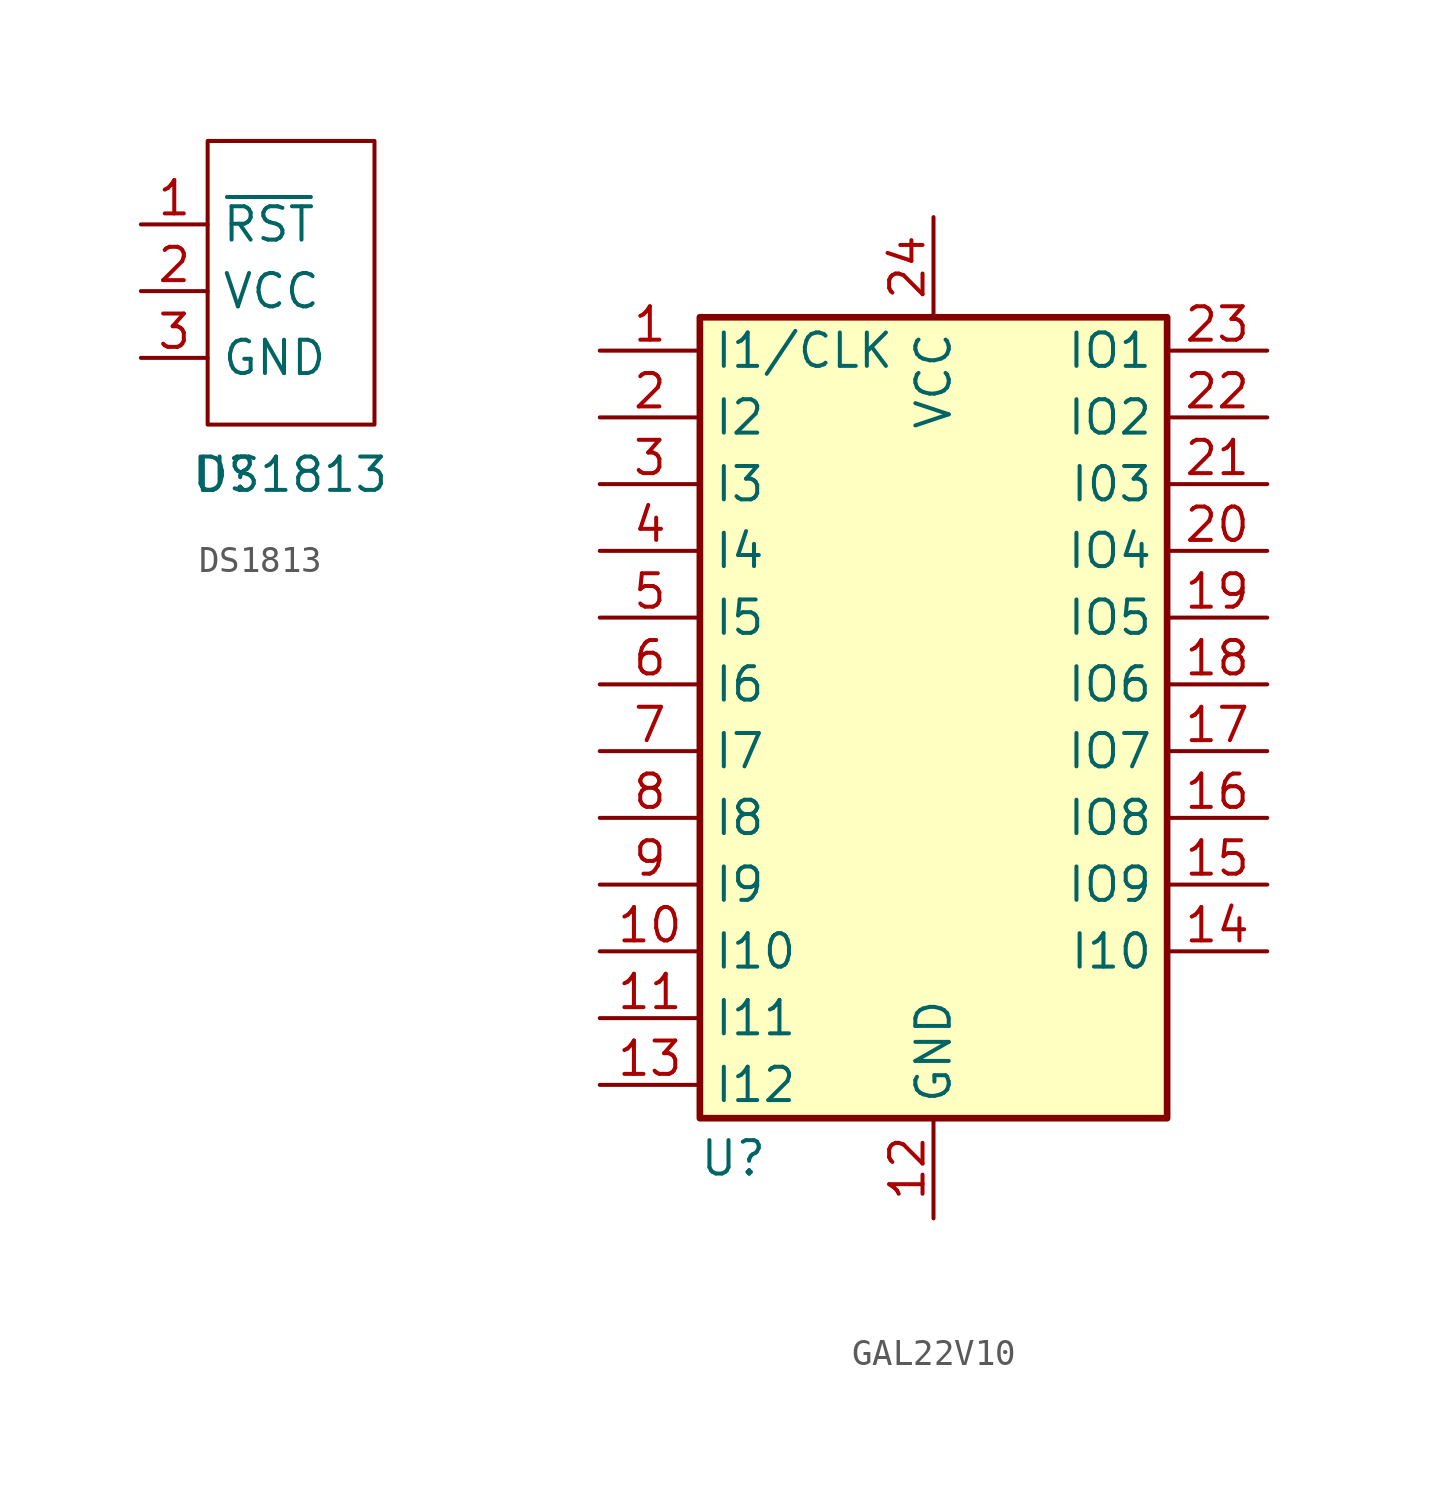
<source format=kicad_sym>
(kicad_symbol_lib
  (version 20231120)
  (generator "kicad_symbol_editor")
  (generator_version "8.0")
  (symbol "DS1813"
    (property "Reference" "U"
      (at 3.175 -9.525 0)
      (effects (font (size 1.27 1.27))))
    (property "Value" "DS1813"
      (at 5.715 -9.525 0)
      (effects (font (size 1.27 1.27))))
    (symbol "DS1813_0_1"
      (polyline (pts (xy 2.54 -7.62) (xy 2.54 3.175) (xy 8.89 3.175) (xy 8.89 -7.62) (xy 2.54 -7.62)) (stroke (width 0) (type default)) (fill (type none))))
    (symbol "DS1813_1_1"
      (pin output line (at 0 0 0) (length 2.54) (name "~{RST}" (effects (font (size 1.27 1.27)))) (number "1" (effects (font (size 1.27 1.27)))))
      (pin power_in line (at 0 -2.54 0) (length 2.54) (name "VCC" (effects (font (size 1.27 1.27)))) (number "2" (effects (font (size 1.27 1.27)))))
      (pin power_in line (at 0 -5.08 0) (length 2.54) (name "GND" (effects (font (size 1.27 1.27)))) (number "3" (effects (font (size 1.27 1.27)))))))
  (symbol "GAL22V10"
    (property "Reference" "U"
      (at 0 -2.794 0)
      (effects (font (size 1.27 1.27))))
    (property "Value" ""
      (at 0 0 0)
      (effects (font (size 1.27 1.27))))
    (symbol "GAL22V10_0_1"
      (rectangle (start -1.27 29.21) (end 16.51 -1.27) (stroke (width 0.254) (type default)) (fill (type background))))
    (symbol "GAL22V10_1_0"
      (pin power_in line (at 7.62 -5.08 90) (length 3.81) (name "GND" (effects (font (size 1.27 1.27)))) (number "12" (effects (font (size 1.27 1.27)))))
      (pin power_in line (at 7.62 33.02 270) (length 3.81) (name "VCC" (effects (font (size 1.27 1.27)))) (number "24" (effects (font (size 1.27 1.27))))))
    (symbol "GAL22V10_1_1"
      (pin input line (at -5.08 27.94 0) (length 3.81) (name "I1/CLK" (effects (font (size 1.27 1.27)))) (number "1" (effects (font (size 1.27 1.27)))))
      (pin input line (at -5.08 5.08 0) (length 3.81) (name "I10" (effects (font (size 1.27 1.27)))) (number "10" (effects (font (size 1.27 1.27)))))
      (pin input line (at -5.08 2.54 0) (length 3.81) (name "I11" (effects (font (size 1.27 1.27)))) (number "11" (effects (font (size 1.27 1.27)))))
      (pin input line (at -5.08 0 0) (length 3.81) (name "I12" (effects (font (size 1.27 1.27)))) (number "13" (effects (font (size 1.27 1.27)))))
      (pin tri_state line (at 20.32 5.08 180) (length 3.81) (name "I10" (effects (font (size 1.27 1.27)))) (number "14" (effects (font (size 1.27 1.27)))))
      (pin tri_state line (at 20.32 7.62 180) (length 3.81) (name "IO9" (effects (font (size 1.27 1.27)))) (number "15" (effects (font (size 1.27 1.27)))))
      (pin tri_state line (at 20.32 10.16 180) (length 3.81) (name "IO8" (effects (font (size 1.27 1.27)))) (number "16" (effects (font (size 1.27 1.27)))))
      (pin tri_state line (at 20.32 12.7 180) (length 3.81) (name "IO7" (effects (font (size 1.27 1.27)))) (number "17" (effects (font (size 1.27 1.27)))))
      (pin tri_state line (at 20.32 15.24 180) (length 3.81) (name "IO6" (effects (font (size 1.27 1.27)))) (number "18" (effects (font (size 1.27 1.27)))))
      (pin tri_state line (at 20.32 17.78 180) (length 3.81) (name "IO5" (effects (font (size 1.27 1.27)))) (number "19" (effects (font (size 1.27 1.27)))))
      (pin input line (at -5.08 25.4 0) (length 3.81) (name "I2" (effects (font (size 1.27 1.27)))) (number "2" (effects (font (size 1.27 1.27)))))
      (pin tri_state line (at 20.32 20.32 180) (length 3.81) (name "IO4" (effects (font (size 1.27 1.27)))) (number "20" (effects (font (size 1.27 1.27)))))
      (pin tri_state line (at 20.32 22.86 180) (length 3.81) (name "I03" (effects (font (size 1.27 1.27)))) (number "21" (effects (font (size 1.27 1.27)))))
      (pin tri_state line (at 20.32 25.4 180) (length 3.81) (name "IO2" (effects (font (size 1.27 1.27)))) (number "22" (effects (font (size 1.27 1.27)))))
      (pin tri_state line (at 20.32 27.94 180) (length 3.81) (name "IO1" (effects (font (size 1.27 1.27)))) (number "23" (effects (font (size 1.27 1.27)))))
      (pin input line (at -5.08 22.86 0) (length 3.81) (name "I3" (effects (font (size 1.27 1.27)))) (number "3" (effects (font (size 1.27 1.27)))))
      (pin input line (at -5.08 20.32 0) (length 3.81) (name "I4" (effects (font (size 1.27 1.27)))) (number "4" (effects (font (size 1.27 1.27)))))
      (pin input line (at -5.08 17.78 0) (length 3.81) (name "I5" (effects (font (size 1.27 1.27)))) (number "5" (effects (font (size 1.27 1.27)))))
      (pin input line (at -5.08 15.24 0) (length 3.81) (name "I6" (effects (font (size 1.27 1.27)))) (number "6" (effects (font (size 1.27 1.27)))))
      (pin input line (at -5.08 12.7 0) (length 3.81) (name "I7" (effects (font (size 1.27 1.27)))) (number "7" (effects (font (size 1.27 1.27)))))
      (pin input line (at -5.08 10.16 0) (length 3.81) (name "I8" (effects (font (size 1.27 1.27)))) (number "8" (effects (font (size 1.27 1.27)))))
      (pin input line (at -5.08 7.62 0) (length 3.81) (name "I9" (effects (font (size 1.27 1.27)))) (number "9" (effects (font (size 1.27 1.27))))))))
</source>
